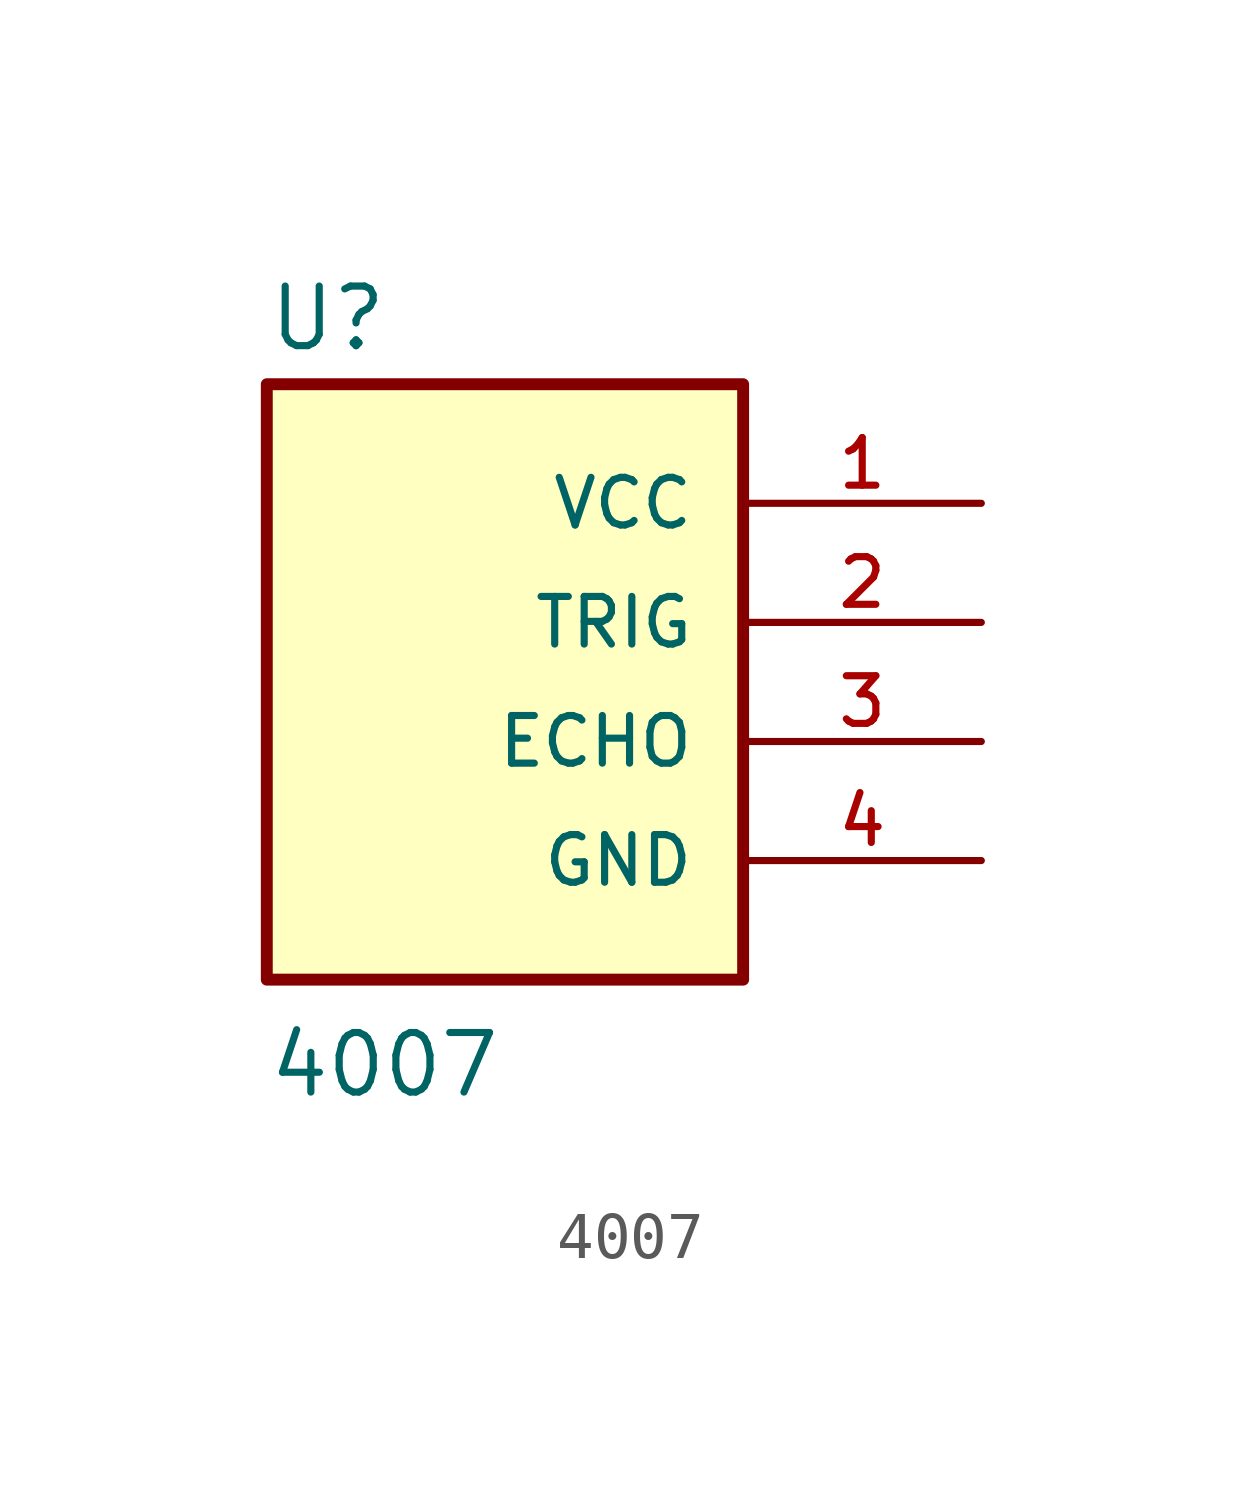
<source format=kicad_sym>
(kicad_symbol_lib
  (version 20211014)
  (generator kicad_symbol_editor)
  (symbol "4007"
    (pin_names
      (offset 1.016))
    (property "Reference" "U"
      (at -5.09 8.28 0)
      (effects (font (size 1.27 1.27)) (justify bottom left)))
    (property "Value" "4007"
      (at -5.087 -7.641 0)
      (effects (font (size 1.27 1.27)) (justify bottom left)))
    (symbol "4007_0_0"
      (rectangle (start -5.08 -5.08) (end 5.08 7.62) (stroke (width 0.254)) (fill (type background)))
      (pin power_in line (at 10.16 5.08 180.0) (length 5.08) (name "VCC" (effects (font (size 1.016 1.016)))) (number "1" (effects (font (size 1.016 1.016)))))
      (pin passive line (at 10.16 2.54 180.0) (length 5.08) (name "TRIG" (effects (font (size 1.016 1.016)))) (number "2" (effects (font (size 1.016 1.016)))))
      (pin passive line (at 10.16 0.0 180.0) (length 5.08) (name "ECHO" (effects (font (size 1.016 1.016)))) (number "3" (effects (font (size 1.016 1.016)))))
      (pin power_in line (at 10.16 -2.54 180.0) (length 5.08) (name "GND" (effects (font (size 1.016 1.016)))) (number "4" (effects (font (size 1.016 1.016))))))))
</source>
